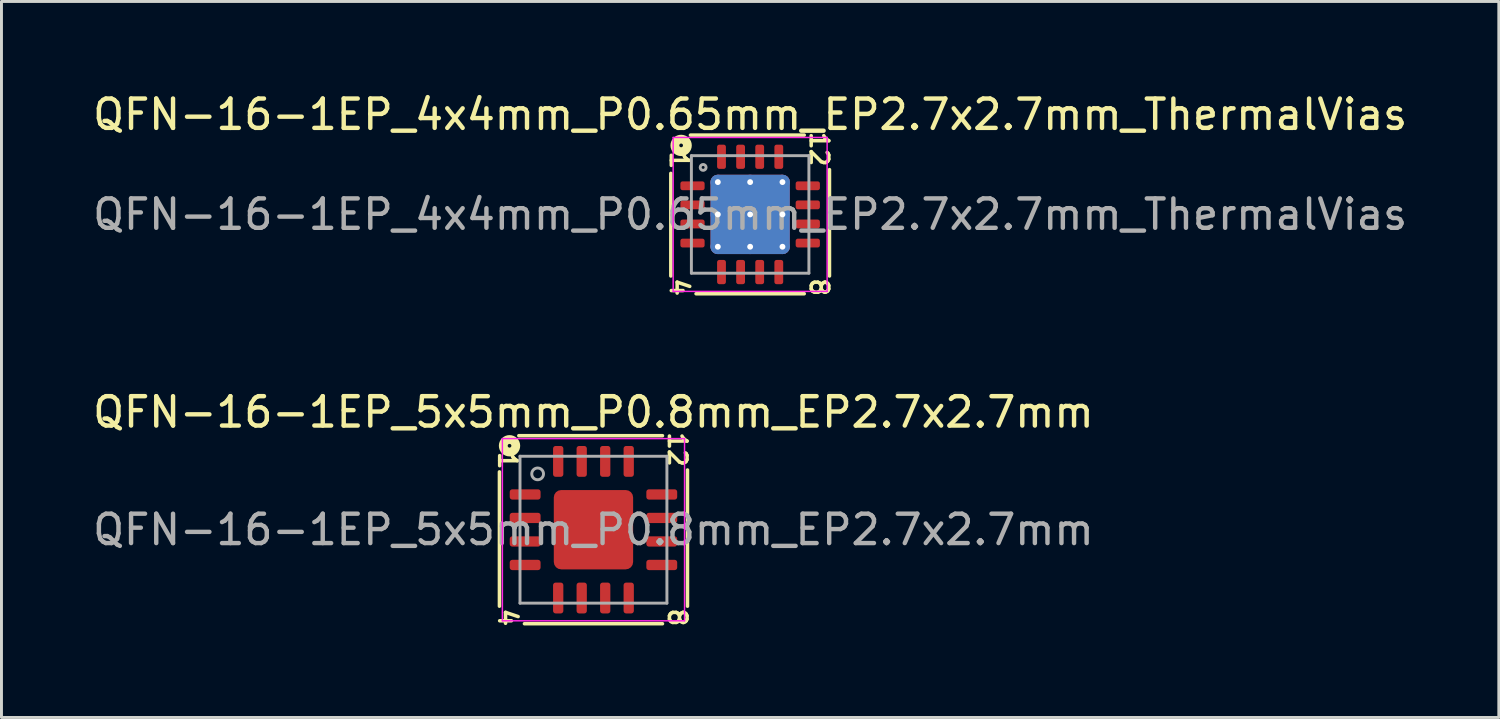
<source format=kicad_pcb>
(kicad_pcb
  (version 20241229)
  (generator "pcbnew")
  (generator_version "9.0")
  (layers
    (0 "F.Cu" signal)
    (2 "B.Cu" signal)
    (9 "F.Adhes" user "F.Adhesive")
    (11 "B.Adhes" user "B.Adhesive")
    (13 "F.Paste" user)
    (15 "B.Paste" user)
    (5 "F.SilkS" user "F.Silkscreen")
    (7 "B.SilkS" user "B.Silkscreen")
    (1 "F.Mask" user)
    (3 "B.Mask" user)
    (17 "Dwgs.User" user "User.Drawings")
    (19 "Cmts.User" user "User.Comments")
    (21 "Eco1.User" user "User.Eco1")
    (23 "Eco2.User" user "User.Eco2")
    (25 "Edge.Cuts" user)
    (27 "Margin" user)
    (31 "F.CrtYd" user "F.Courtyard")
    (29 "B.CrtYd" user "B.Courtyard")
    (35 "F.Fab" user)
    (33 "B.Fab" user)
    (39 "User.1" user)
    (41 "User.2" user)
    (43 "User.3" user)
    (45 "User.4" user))
  (footprint "QFN-16-1EP_4x4mm_P0.65mm_EP2.7x2.7mm_ThermalVias"
    (layer "F.Cu")
    (at 22.482 4.248)
    (property "Reference" "QFN-16-1EP_4x4mm_P0.65mm_EP2.7x2.7mm_ThermalVias" (at 0 -3.4 0) (layer "F.SilkS") (effects (font (size 1 1) (thickness 0.15))))
    (attr smd)
    (fp_line (start -2.7 -1.397) (end -2.7 2.095) (stroke (width 0.12) (type solid)) (layer "F.SilkS"))
    (fp_line (start -1.841 2.7) (end 1.841 2.7) (stroke (width 0.12) (type solid)) (layer "F.SilkS"))
    (fp_line (start 1.841 -2.7) (end -2.032 -2.7) (stroke (width 0.12) (type solid)) (layer "F.SilkS"))
    (fp_line (start 2.7 2.095) (end 2.7 -1.524) (stroke (width 0.12) (type solid)) (layer "F.SilkS"))
    (fp_circle (center -2.349 -2.349) (end -2.286 -2.349) (stroke (width 0.3) (type solid)) (fill no) (layer "F.SilkS"))
    (fp_line (start -2.62 -2.62) (end -2.62 2.62) (stroke (width 0.05) (type solid)) (layer "F.CrtYd"))
    (fp_line (start -2.62 2.62) (end 2.62 2.62) (stroke (width 0.05) (type solid)) (layer "F.CrtYd"))
    (fp_line (start 2.62 -2.62) (end -2.62 -2.62) (stroke (width 0.05) (type solid)) (layer "F.CrtYd"))
    (fp_line (start 2.62 2.62) (end 2.62 -2.62) (stroke (width 0.05) (type solid)) (layer "F.CrtYd"))
    (fp_line (start -2 -2) (end 2 -2) (stroke (width 0.1) (type solid)) (layer "F.Fab"))
    (fp_line (start -2 2) (end -2 -2) (stroke (width 0.1) (type solid)) (layer "F.Fab"))
    (fp_line (start 2 -2) (end 2 2) (stroke (width 0.1) (type solid)) (layer "F.Fab"))
    (fp_line (start 2 2) (end -2 2) (stroke (width 0.1) (type solid)) (layer "F.Fab"))
    (fp_circle (center -1.6 -1.6) (end -1.5 -1.6) (stroke (width 0.1) (type solid)) (fill no) (layer "F.Fab"))
    (fp_text user "1" (at -2.413 -1.841 270) (unlocked yes) (layer "F.SilkS") (effects (font (size 0.6 0.6) (thickness 0.12))))
    (fp_text user "8" (at 2.349 2.477 270) (unlocked yes) (layer "F.SilkS") (effects (font (size 0.6 0.6) (thickness 0.12))))
    (fp_text user "4" (at -2.413 2.477 270) (unlocked yes) (layer "F.SilkS") (effects (font (size 0.6 0.6) (thickness 0.12))))
    (fp_text user "12" (at 2.349 -2.223 270) (unlocked yes) (layer "F.SilkS") (effects (font (size 0.6 0.6) (thickness 0.12))))
    (fp_text user "${REFERENCE}" (at 0 0 0) (layer "F.Fab") (effects (font (size 1 1) (thickness 0.15))))
    (pad "" smd roundrect (at -0.675 -0.675) (size 1.17 1.17) (layers "F.Paste") (roundrect_rratio 0.214))
    (pad "" smd roundrect (at -0.675 0.675) (size 1.17 1.17) (layers "F.Paste") (roundrect_rratio 0.214))
    (pad "" smd roundrect (at 0.675 -0.675) (size 1.17 1.17) (layers "F.Paste") (roundrect_rratio 0.214))
    (pad "" smd roundrect (at 0.675 0.675) (size 1.17 1.17) (layers "F.Paste") (roundrect_rratio 0.214))
    (pad "1" smd roundrect (at -1.962 -0.975) (size 0.825 0.3) (layers "F.Cu" "F.Mask" "F.Paste") (roundrect_rratio 0.25))
    (pad "2" smd roundrect (at -1.962 -0.325) (size 0.825 0.3) (layers "F.Cu" "F.Mask" "F.Paste") (roundrect_rratio 0.25))
    (pad "3" smd roundrect (at -1.962 0.325) (size 0.825 0.3) (layers "F.Cu" "F.Mask" "F.Paste") (roundrect_rratio 0.25))
    (pad "4" smd roundrect (at -1.962 0.975) (size 0.825 0.3) (layers "F.Cu" "F.Mask" "F.Paste") (roundrect_rratio 0.25))
    (pad "5" smd roundrect (at -0.975 1.962) (size 0.3 0.825) (layers "F.Cu" "F.Mask" "F.Paste") (roundrect_rratio 0.25))
    (pad "6" smd roundrect (at -0.325 1.962) (size 0.3 0.825) (layers "F.Cu" "F.Mask" "F.Paste") (roundrect_rratio 0.25))
    (pad "7" smd roundrect (at 0.325 1.962) (size 0.3 0.825) (layers "F.Cu" "F.Mask" "F.Paste") (roundrect_rratio 0.25))
    (pad "8" smd roundrect (at 0.975 1.962) (size 0.3 0.825) (layers "F.Cu" "F.Mask" "F.Paste") (roundrect_rratio 0.25))
    (pad "9" smd roundrect (at 1.962 0.975) (size 0.825 0.3) (layers "F.Cu" "F.Mask" "F.Paste") (roundrect_rratio 0.25))
    (pad "10" smd roundrect (at 1.962 0.325) (size 0.825 0.3) (layers "F.Cu" "F.Mask" "F.Paste") (roundrect_rratio 0.25))
    (pad "11" smd roundrect (at 1.962 -0.325) (size 0.825 0.3) (layers "F.Cu" "F.Mask" "F.Paste") (roundrect_rratio 0.25))
    (pad "12" smd roundrect (at 1.962 -0.975) (size 0.825 0.3) (layers "F.Cu" "F.Mask" "F.Paste") (roundrect_rratio 0.25))
    (pad "13" smd roundrect (at 0.975 -1.962) (size 0.3 0.825) (layers "F.Cu" "F.Mask" "F.Paste") (roundrect_rratio 0.25))
    (pad "14" smd roundrect (at 0.325 -1.962) (size 0.3 0.825) (layers "F.Cu" "F.Mask" "F.Paste") (roundrect_rratio 0.25))
    (pad "15" smd roundrect (at -0.325 -1.962) (size 0.3 0.825) (layers "F.Cu" "F.Mask" "F.Paste") (roundrect_rratio 0.25))
    (pad "16" smd roundrect (at -0.975 -1.962) (size 0.3 0.825) (layers "F.Cu" "F.Mask" "F.Paste") (roundrect_rratio 0.25))
    (pad "17" thru_hole circle (at -1.1 -1.1) (size 0.5 0.5) (drill 0.2) (property pad_prop_heatsink) (layers "*.Cu"))
    (pad "17" thru_hole circle (at -1.1 0) (size 0.5 0.5) (drill 0.2) (property pad_prop_heatsink) (layers "*.Cu"))
    (pad "17" thru_hole circle (at -1.1 1.1) (size 0.5 0.5) (drill 0.2) (property pad_prop_heatsink) (layers "*.Cu"))
    (pad "17" thru_hole circle (at 0 -1.1) (size 0.5 0.5) (drill 0.2) (property pad_prop_heatsink) (layers "*.Cu"))
    (pad "17" thru_hole circle (at 0 0) (size 0.5 0.5) (drill 0.2) (property pad_prop_heatsink) (layers "*.Cu"))
    (pad "17" smd roundrect (at 0 0) (size 2.7 2.7) (layers "F.Cu" "F.Mask") (roundrect_rratio 0.093))
    (pad "17" smd roundrect (at 0 0) (size 2.7 2.7) (layers "B.Cu" "B.Mask") (roundrect_rratio 0.093))
    (pad "17" thru_hole circle (at 0 1.1) (size 0.5 0.5) (drill 0.2) (property pad_prop_heatsink) (layers "*.Cu"))
    (pad "17" thru_hole circle (at 1.1 -1.1) (size 0.5 0.5) (drill 0.2) (property pad_prop_heatsink) (layers "*.Cu"))
    (pad "17" thru_hole circle (at 1.1 0) (size 0.5 0.5) (drill 0.2) (property pad_prop_heatsink) (layers "*.Cu"))
    (pad "17" thru_hole circle (at 1.1 1.1) (size 0.5 0.5) (drill 0.2) (property pad_prop_heatsink) (layers "*.Cu")))
  (footprint "QFN-16-1EP_5x5mm_P0.8mm_EP2.7x2.7mm"
    (layer "F.Cu")
    (at 17.149 14.979)
    (property "Reference" "QFN-16-1EP_5x5mm_P0.8mm_EP2.7x2.7mm" (at 0 -4 0) (layer "F.SilkS") (effects (font (size 1 1) (thickness 0.15))))
    (attr smd)
    (fp_line (start -3.2 -1.968) (end -3.2 2.603) (stroke (width 0.12) (type solid)) (layer "F.SilkS"))
    (fp_line (start -2.349 3.2) (end 2.349 3.2) (stroke (width 0.12) (type solid)) (layer "F.SilkS"))
    (fp_line (start 2.349 -3.2) (end -2.54 -3.2) (stroke (width 0.12) (type solid)) (layer "F.SilkS"))
    (fp_line (start 3.2 2.603) (end 3.2 -2.032) (stroke (width 0.12) (type solid)) (layer "F.SilkS"))
    (fp_circle (center -2.857 -2.857) (end -2.794 -2.857) (stroke (width 0.3) (type solid)) (fill no) (layer "F.SilkS"))
    (fp_line (start -3.1 -3.1) (end -3.1 3.1) (stroke (width 0.05) (type solid)) (layer "F.CrtYd"))
    (fp_line (start -3.1 3.1) (end 3.1 3.1) (stroke (width 0.05) (type solid)) (layer "F.CrtYd"))
    (fp_line (start 3.1 -3.1) (end -3.1 -3.1) (stroke (width 0.05) (type solid)) (layer "F.CrtYd"))
    (fp_line (start 3.1 3.1) (end 3.1 -3.1) (stroke (width 0.05) (type solid)) (layer "F.CrtYd"))
    (fp_line (start -2.5 -2.5) (end 2.5 -2.5) (stroke (width 0.1) (type solid)) (layer "F.Fab"))
    (fp_line (start -2.5 2.5) (end -2.5 -2.5) (stroke (width 0.1) (type solid)) (layer "F.Fab"))
    (fp_line (start 2.5 -2.5) (end 2.5 2.5) (stroke (width 0.1) (type solid)) (layer "F.Fab"))
    (fp_line (start 2.5 2.5) (end -2.5 2.5) (stroke (width 0.1) (type solid)) (layer "F.Fab"))
    (fp_circle (center -1.9 -1.9) (end -1.7 -1.9) (stroke (width 0.1) (type solid)) (fill no) (layer "F.Fab"))
    (fp_text user "4" (at -2.921 2.985 270) (unlocked yes) (layer "F.SilkS") (effects (font (size 0.6 0.6) (thickness 0.12))))
    (fp_text user "12" (at 2.857 -2.731 270) (unlocked yes) (layer "F.SilkS") (effects (font (size 0.6 0.6) (thickness 0.12))))
    (fp_text user "8" (at 2.857 2.985 270) (unlocked yes) (layer "F.SilkS") (effects (font (size 0.6 0.6) (thickness 0.12))))
    (fp_text user "1" (at -2.921 -2.349 270) (unlocked yes) (layer "F.SilkS") (effects (font (size 0.6 0.6) (thickness 0.12))))
    (fp_text user "${REFERENCE}" (at 0 0 0) (layer "F.Fab") (effects (font (size 1 1) (thickness 0.15))))
    (pad "" smd roundrect (at -0.675 -0.675) (size 1.09 1.09) (layers "F.Paste") (roundrect_rratio 0.229))
    (pad "" smd roundrect (at -0.675 0.675) (size 1.09 1.09) (layers "F.Paste") (roundrect_rratio 0.229))
    (pad "" smd roundrect (at 0.675 -0.675) (size 1.09 1.09) (layers "F.Paste") (roundrect_rratio 0.229))
    (pad "" smd roundrect (at 0.675 0.675) (size 1.09 1.09) (layers "F.Paste") (roundrect_rratio 0.229))
    (pad "1" smd roundrect (at -2.325 -1.2) (size 1.05 0.35) (layers "F.Cu" "F.Mask" "F.Paste") (roundrect_rratio 0.25))
    (pad "2" smd roundrect (at -2.325 -0.4) (size 1.05 0.35) (layers "F.Cu" "F.Mask" "F.Paste") (roundrect_rratio 0.25))
    (pad "3" smd roundrect (at -2.325 0.4) (size 1.05 0.35) (layers "F.Cu" "F.Mask" "F.Paste") (roundrect_rratio 0.25))
    (pad "4" smd roundrect (at -2.325 1.2) (size 1.05 0.35) (layers "F.Cu" "F.Mask" "F.Paste") (roundrect_rratio 0.25))
    (pad "5" smd roundrect (at -1.2 2.325) (size 0.35 1.05) (layers "F.Cu" "F.Mask" "F.Paste") (roundrect_rratio 0.25))
    (pad "6" smd roundrect (at -0.4 2.325) (size 0.35 1.05) (layers "F.Cu" "F.Mask" "F.Paste") (roundrect_rratio 0.25))
    (pad "7" smd roundrect (at 0.4 2.325) (size 0.35 1.05) (layers "F.Cu" "F.Mask" "F.Paste") (roundrect_rratio 0.25))
    (pad "8" smd roundrect (at 1.2 2.325) (size 0.35 1.05) (layers "F.Cu" "F.Mask" "F.Paste") (roundrect_rratio 0.25))
    (pad "9" smd roundrect (at 2.325 1.2) (size 1.05 0.35) (layers "F.Cu" "F.Mask" "F.Paste") (roundrect_rratio 0.25))
    (pad "10" smd roundrect (at 2.325 0.4) (size 1.05 0.35) (layers "F.Cu" "F.Mask" "F.Paste") (roundrect_rratio 0.25))
    (pad "11" smd roundrect (at 2.325 -0.4) (size 1.05 0.35) (layers "F.Cu" "F.Mask" "F.Paste") (roundrect_rratio 0.25))
    (pad "12" smd roundrect (at 2.325 -1.2) (size 1.05 0.35) (layers "F.Cu" "F.Mask" "F.Paste") (roundrect_rratio 0.25))
    (pad "13" smd roundrect (at 1.2 -2.325) (size 0.35 1.05) (layers "F.Cu" "F.Mask" "F.Paste") (roundrect_rratio 0.25))
    (pad "14" smd roundrect (at 0.4 -2.325) (size 0.35 1.05) (layers "F.Cu" "F.Mask" "F.Paste") (roundrect_rratio 0.25))
    (pad "15" smd roundrect (at -0.4 -2.325) (size 0.35 1.05) (layers "F.Cu" "F.Mask" "F.Paste") (roundrect_rratio 0.25))
    (pad "16" smd roundrect (at -1.2 -2.325) (size 0.35 1.05) (layers "F.Cu" "F.Mask" "F.Paste") (roundrect_rratio 0.25))
    (pad "17" smd roundrect (at 0 0) (size 2.7 2.7) (layers "F.Cu" "F.Mask") (roundrect_rratio 0.093)))
  (gr_rect
    (start -3 -3)
    (end 47.964 21.369)
    (stroke (width 0.1) (type default))
    (fill no)
    (layer "Edge.Cuts")))
</source>
